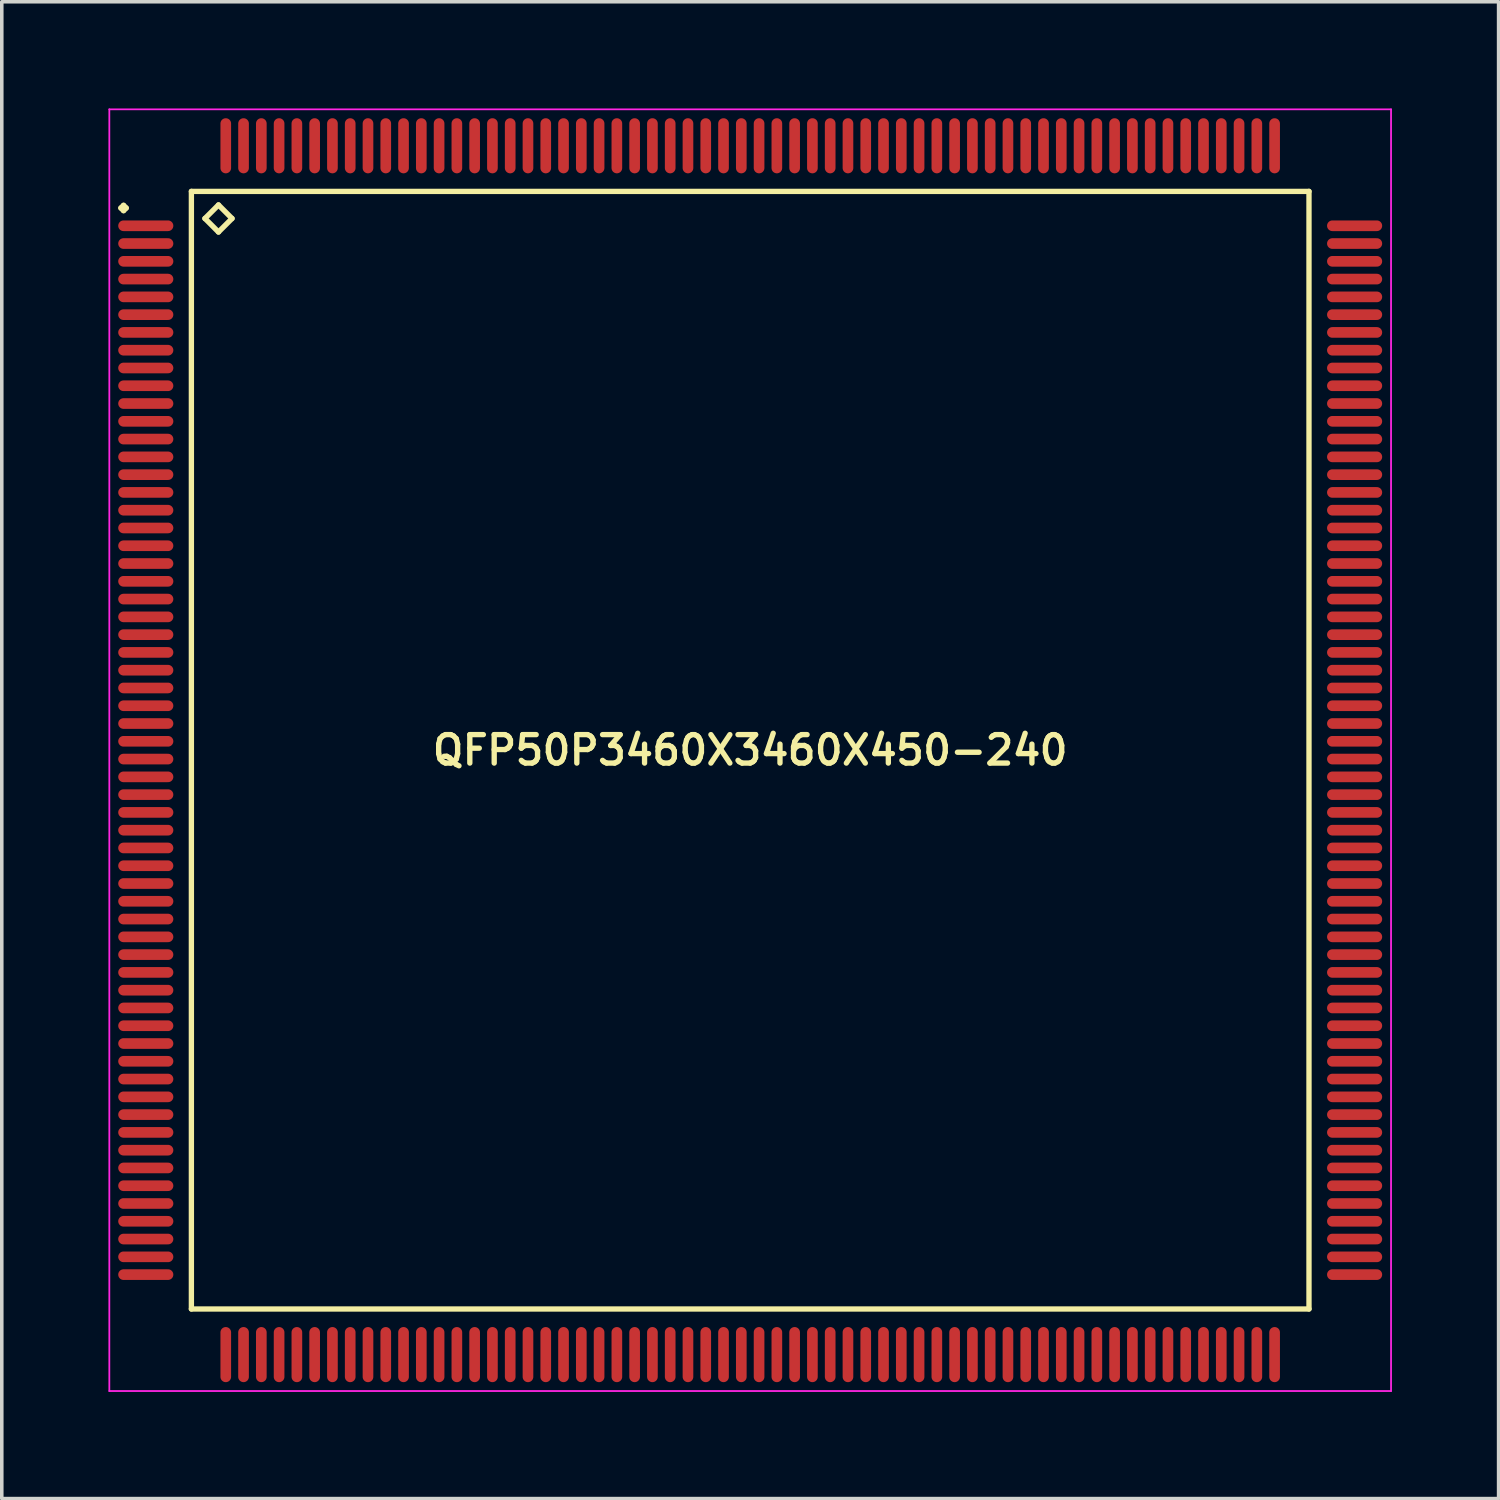
<source format=kicad_pcb>
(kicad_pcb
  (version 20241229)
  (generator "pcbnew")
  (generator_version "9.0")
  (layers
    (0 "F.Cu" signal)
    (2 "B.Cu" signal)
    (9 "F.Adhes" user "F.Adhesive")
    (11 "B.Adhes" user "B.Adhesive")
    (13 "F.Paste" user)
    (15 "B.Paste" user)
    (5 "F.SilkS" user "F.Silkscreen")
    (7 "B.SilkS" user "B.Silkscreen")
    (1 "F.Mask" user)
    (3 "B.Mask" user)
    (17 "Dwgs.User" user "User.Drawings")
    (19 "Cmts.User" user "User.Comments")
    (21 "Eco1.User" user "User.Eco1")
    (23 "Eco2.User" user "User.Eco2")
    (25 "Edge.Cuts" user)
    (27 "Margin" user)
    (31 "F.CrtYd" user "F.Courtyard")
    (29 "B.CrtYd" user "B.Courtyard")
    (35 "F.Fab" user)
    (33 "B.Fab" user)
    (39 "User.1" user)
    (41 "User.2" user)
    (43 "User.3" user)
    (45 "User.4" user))
  (footprint "QFP50P3460X3460X450-240"
    (layer "F.Cu")
    (at 18.05 18.05)
    (property "Reference" "QFP50P3460X3460X450-240" (at 0 0 0) (layer "F.SilkS") (effects (font (size 0.8 0.8) (thickness 0.15))))
    (attr smd)
    (fp_line (start -17.7 -15.25) (end -17.625 -15.325) (stroke (width 0.15) (type solid)) (layer "F.SilkS"))
    (fp_line (start -17.625 -15.325) (end -17.55 -15.25) (stroke (width 0.15) (type solid)) (layer "F.SilkS"))
    (fp_line (start -17.625 -15.175) (end -17.7 -15.25) (stroke (width 0.15) (type solid)) (layer "F.SilkS"))
    (fp_line (start -17.55 -15.25) (end -17.625 -15.175) (stroke (width 0.15) (type solid)) (layer "F.SilkS"))
    (fp_line (start -15.717 -15.717) (end -15.717 15.717) (stroke (width 0.15) (type solid)) (layer "F.SilkS"))
    (fp_line (start -15.717 15.717) (end 15.717 15.717) (stroke (width 0.15) (type solid)) (layer "F.SilkS"))
    (fp_line (start -15.336 -14.955) (end -14.955 -15.336) (stroke (width 0.15) (type solid)) (layer "F.SilkS"))
    (fp_line (start -14.955 -15.336) (end -14.574 -14.955) (stroke (width 0.15) (type solid)) (layer "F.SilkS"))
    (fp_line (start -14.955 -14.574) (end -15.336 -14.955) (stroke (width 0.15) (type solid)) (layer "F.SilkS"))
    (fp_line (start -14.574 -14.955) (end -14.955 -14.574) (stroke (width 0.15) (type solid)) (layer "F.SilkS"))
    (fp_line (start 15.717 -15.717) (end -15.717 -15.717) (stroke (width 0.15) (type solid)) (layer "F.SilkS"))
    (fp_line (start 15.717 15.717) (end 15.717 -15.717) (stroke (width 0.15) (type solid)) (layer "F.SilkS"))
    (fp_line (start -18.025 -18.025) (end 18.025 -18.025) (stroke (width 0.05) (type solid)) (layer "F.CrtYd"))
    (fp_line (start -18.025 18.025) (end -18.025 -18.025) (stroke (width 0.05) (type solid)) (layer "F.CrtYd"))
    (fp_line (start 18.025 -18.025) (end 18.025 18.025) (stroke (width 0.05) (type solid)) (layer "F.CrtYd"))
    (fp_line (start 18.025 18.025) (end -18.025 18.025) (stroke (width 0.05) (type solid)) (layer "F.CrtYd"))
    (pad "1" smd oval (at -17 -14.75) (size 1.55 0.3) (layers "F.Cu" "F.Mask" "F.Paste"))
    (pad "2" smd oval (at -17 -14.25) (size 1.55 0.3) (layers "F.Cu" "F.Mask" "F.Paste"))
    (pad "3" smd oval (at -17 -13.75) (size 1.55 0.3) (layers "F.Cu" "F.Mask" "F.Paste"))
    (pad "4" smd oval (at -17 -13.25) (size 1.55 0.3) (layers "F.Cu" "F.Mask" "F.Paste"))
    (pad "5" smd oval (at -17 -12.75) (size 1.55 0.3) (layers "F.Cu" "F.Mask" "F.Paste"))
    (pad "6" smd oval (at -17 -12.25) (size 1.55 0.3) (layers "F.Cu" "F.Mask" "F.Paste"))
    (pad "7" smd oval (at -17 -11.75) (size 1.55 0.3) (layers "F.Cu" "F.Mask" "F.Paste"))
    (pad "8" smd oval (at -17 -11.25) (size 1.55 0.3) (layers "F.Cu" "F.Mask" "F.Paste"))
    (pad "9" smd oval (at -17 -10.75) (size 1.55 0.3) (layers "F.Cu" "F.Mask" "F.Paste"))
    (pad "10" smd oval (at -17 -10.25) (size 1.55 0.3) (layers "F.Cu" "F.Mask" "F.Paste"))
    (pad "11" smd oval (at -17 -9.75) (size 1.55 0.3) (layers "F.Cu" "F.Mask" "F.Paste"))
    (pad "12" smd oval (at -17 -9.25) (size 1.55 0.3) (layers "F.Cu" "F.Mask" "F.Paste"))
    (pad "13" smd oval (at -17 -8.75) (size 1.55 0.3) (layers "F.Cu" "F.Mask" "F.Paste"))
    (pad "14" smd oval (at -17 -8.25) (size 1.55 0.3) (layers "F.Cu" "F.Mask" "F.Paste"))
    (pad "15" smd oval (at -17 -7.75) (size 1.55 0.3) (layers "F.Cu" "F.Mask" "F.Paste"))
    (pad "16" smd oval (at -17 -7.25) (size 1.55 0.3) (layers "F.Cu" "F.Mask" "F.Paste"))
    (pad "17" smd oval (at -17 -6.75) (size 1.55 0.3) (layers "F.Cu" "F.Mask" "F.Paste"))
    (pad "18" smd oval (at -17 -6.25) (size 1.55 0.3) (layers "F.Cu" "F.Mask" "F.Paste"))
    (pad "19" smd oval (at -17 -5.75) (size 1.55 0.3) (layers "F.Cu" "F.Mask" "F.Paste"))
    (pad "20" smd oval (at -17 -5.25) (size 1.55 0.3) (layers "F.Cu" "F.Mask" "F.Paste"))
    (pad "21" smd oval (at -17 -4.75) (size 1.55 0.3) (layers "F.Cu" "F.Mask" "F.Paste"))
    (pad "22" smd oval (at -17 -4.25) (size 1.55 0.3) (layers "F.Cu" "F.Mask" "F.Paste"))
    (pad "23" smd oval (at -17 -3.75) (size 1.55 0.3) (layers "F.Cu" "F.Mask" "F.Paste"))
    (pad "24" smd oval (at -17 -3.25) (size 1.55 0.3) (layers "F.Cu" "F.Mask" "F.Paste"))
    (pad "25" smd oval (at -17 -2.75) (size 1.55 0.3) (layers "F.Cu" "F.Mask" "F.Paste"))
    (pad "26" smd oval (at -17 -2.25) (size 1.55 0.3) (layers "F.Cu" "F.Mask" "F.Paste"))
    (pad "27" smd oval (at -17 -1.75) (size 1.55 0.3) (layers "F.Cu" "F.Mask" "F.Paste"))
    (pad "28" smd oval (at -17 -1.25) (size 1.55 0.3) (layers "F.Cu" "F.Mask" "F.Paste"))
    (pad "29" smd oval (at -17 -0.75) (size 1.55 0.3) (layers "F.Cu" "F.Mask" "F.Paste"))
    (pad "30" smd oval (at -17 -0.25) (size 1.55 0.3) (layers "F.Cu" "F.Mask" "F.Paste"))
    (pad "31" smd oval (at -17 0.25) (size 1.55 0.3) (layers "F.Cu" "F.Mask" "F.Paste"))
    (pad "32" smd oval (at -17 0.75) (size 1.55 0.3) (layers "F.Cu" "F.Mask" "F.Paste"))
    (pad "33" smd oval (at -17 1.25) (size 1.55 0.3) (layers "F.Cu" "F.Mask" "F.Paste"))
    (pad "34" smd oval (at -17 1.75) (size 1.55 0.3) (layers "F.Cu" "F.Mask" "F.Paste"))
    (pad "35" smd oval (at -17 2.25) (size 1.55 0.3) (layers "F.Cu" "F.Mask" "F.Paste"))
    (pad "36" smd oval (at -17 2.75) (size 1.55 0.3) (layers "F.Cu" "F.Mask" "F.Paste"))
    (pad "37" smd oval (at -17 3.25) (size 1.55 0.3) (layers "F.Cu" "F.Mask" "F.Paste"))
    (pad "38" smd oval (at -17 3.75) (size 1.55 0.3) (layers "F.Cu" "F.Mask" "F.Paste"))
    (pad "39" smd oval (at -17 4.25) (size 1.55 0.3) (layers "F.Cu" "F.Mask" "F.Paste"))
    (pad "40" smd oval (at -17 4.75) (size 1.55 0.3) (layers "F.Cu" "F.Mask" "F.Paste"))
    (pad "41" smd oval (at -17 5.25) (size 1.55 0.3) (layers "F.Cu" "F.Mask" "F.Paste"))
    (pad "42" smd oval (at -17 5.75) (size 1.55 0.3) (layers "F.Cu" "F.Mask" "F.Paste"))
    (pad "43" smd oval (at -17 6.25) (size 1.55 0.3) (layers "F.Cu" "F.Mask" "F.Paste"))
    (pad "44" smd oval (at -17 6.75) (size 1.55 0.3) (layers "F.Cu" "F.Mask" "F.Paste"))
    (pad "45" smd oval (at -17 7.25) (size 1.55 0.3) (layers "F.Cu" "F.Mask" "F.Paste"))
    (pad "46" smd oval (at -17 7.75) (size 1.55 0.3) (layers "F.Cu" "F.Mask" "F.Paste"))
    (pad "47" smd oval (at -17 8.25) (size 1.55 0.3) (layers "F.Cu" "F.Mask" "F.Paste"))
    (pad "48" smd oval (at -17 8.75) (size 1.55 0.3) (layers "F.Cu" "F.Mask" "F.Paste"))
    (pad "49" smd oval (at -17 9.25) (size 1.55 0.3) (layers "F.Cu" "F.Mask" "F.Paste"))
    (pad "50" smd oval (at -17 9.75) (size 1.55 0.3) (layers "F.Cu" "F.Mask" "F.Paste"))
    (pad "51" smd oval (at -17 10.25) (size 1.55 0.3) (layers "F.Cu" "F.Mask" "F.Paste"))
    (pad "52" smd oval (at -17 10.75) (size 1.55 0.3) (layers "F.Cu" "F.Mask" "F.Paste"))
    (pad "53" smd oval (at -17 11.25) (size 1.55 0.3) (layers "F.Cu" "F.Mask" "F.Paste"))
    (pad "54" smd oval (at -17 11.75) (size 1.55 0.3) (layers "F.Cu" "F.Mask" "F.Paste"))
    (pad "55" smd oval (at -17 12.25) (size 1.55 0.3) (layers "F.Cu" "F.Mask" "F.Paste"))
    (pad "56" smd oval (at -17 12.75) (size 1.55 0.3) (layers "F.Cu" "F.Mask" "F.Paste"))
    (pad "57" smd oval (at -17 13.25) (size 1.55 0.3) (layers "F.Cu" "F.Mask" "F.Paste"))
    (pad "58" smd oval (at -17 13.75) (size 1.55 0.3) (layers "F.Cu" "F.Mask" "F.Paste"))
    (pad "59" smd oval (at -17 14.25) (size 1.55 0.3) (layers "F.Cu" "F.Mask" "F.Paste"))
    (pad "60" smd oval (at -17 14.75) (size 1.55 0.3) (layers "F.Cu" "F.Mask" "F.Paste"))
    (pad "61" smd oval (at -14.75 17) (size 0.3 1.55) (layers "F.Cu" "F.Mask" "F.Paste"))
    (pad "62" smd oval (at -14.25 17) (size 0.3 1.55) (layers "F.Cu" "F.Mask" "F.Paste"))
    (pad "63" smd oval (at -13.75 17) (size 0.3 1.55) (layers "F.Cu" "F.Mask" "F.Paste"))
    (pad "64" smd oval (at -13.25 17) (size 0.3 1.55) (layers "F.Cu" "F.Mask" "F.Paste"))
    (pad "65" smd oval (at -12.75 17) (size 0.3 1.55) (layers "F.Cu" "F.Mask" "F.Paste"))
    (pad "66" smd oval (at -12.25 17) (size 0.3 1.55) (layers "F.Cu" "F.Mask" "F.Paste"))
    (pad "67" smd oval (at -11.75 17) (size 0.3 1.55) (layers "F.Cu" "F.Mask" "F.Paste"))
    (pad "68" smd oval (at -11.25 17) (size 0.3 1.55) (layers "F.Cu" "F.Mask" "F.Paste"))
    (pad "69" smd oval (at -10.75 17) (size 0.3 1.55) (layers "F.Cu" "F.Mask" "F.Paste"))
    (pad "70" smd oval (at -10.25 17) (size 0.3 1.55) (layers "F.Cu" "F.Mask" "F.Paste"))
    (pad "71" smd oval (at -9.75 17) (size 0.3 1.55) (layers "F.Cu" "F.Mask" "F.Paste"))
    (pad "72" smd oval (at -9.25 17) (size 0.3 1.55) (layers "F.Cu" "F.Mask" "F.Paste"))
    (pad "73" smd oval (at -8.75 17) (size 0.3 1.55) (layers "F.Cu" "F.Mask" "F.Paste"))
    (pad "74" smd oval (at -8.25 17) (size 0.3 1.55) (layers "F.Cu" "F.Mask" "F.Paste"))
    (pad "75" smd oval (at -7.75 17) (size 0.3 1.55) (layers "F.Cu" "F.Mask" "F.Paste"))
    (pad "76" smd oval (at -7.25 17) (size 0.3 1.55) (layers "F.Cu" "F.Mask" "F.Paste"))
    (pad "77" smd oval (at -6.75 17) (size 0.3 1.55) (layers "F.Cu" "F.Mask" "F.Paste"))
    (pad "78" smd oval (at -6.25 17) (size 0.3 1.55) (layers "F.Cu" "F.Mask" "F.Paste"))
    (pad "79" smd oval (at -5.75 17) (size 0.3 1.55) (layers "F.Cu" "F.Mask" "F.Paste"))
    (pad "80" smd oval (at -5.25 17) (size 0.3 1.55) (layers "F.Cu" "F.Mask" "F.Paste"))
    (pad "81" smd oval (at -4.75 17) (size 0.3 1.55) (layers "F.Cu" "F.Mask" "F.Paste"))
    (pad "82" smd oval (at -4.25 17) (size 0.3 1.55) (layers "F.Cu" "F.Mask" "F.Paste"))
    (pad "83" smd oval (at -3.75 17) (size 0.3 1.55) (layers "F.Cu" "F.Mask" "F.Paste"))
    (pad "84" smd oval (at -3.25 17) (size 0.3 1.55) (layers "F.Cu" "F.Mask" "F.Paste"))
    (pad "85" smd oval (at -2.75 17) (size 0.3 1.55) (layers "F.Cu" "F.Mask" "F.Paste"))
    (pad "86" smd oval (at -2.25 17) (size 0.3 1.55) (layers "F.Cu" "F.Mask" "F.Paste"))
    (pad "87" smd oval (at -1.75 17) (size 0.3 1.55) (layers "F.Cu" "F.Mask" "F.Paste"))
    (pad "88" smd oval (at -1.25 17) (size 0.3 1.55) (layers "F.Cu" "F.Mask" "F.Paste"))
    (pad "89" smd oval (at -0.75 17) (size 0.3 1.55) (layers "F.Cu" "F.Mask" "F.Paste"))
    (pad "90" smd oval (at -0.25 17) (size 0.3 1.55) (layers "F.Cu" "F.Mask" "F.Paste"))
    (pad "91" smd oval (at 0.25 17) (size 0.3 1.55) (layers "F.Cu" "F.Mask" "F.Paste"))
    (pad "92" smd oval (at 0.75 17) (size 0.3 1.55) (layers "F.Cu" "F.Mask" "F.Paste"))
    (pad "93" smd oval (at 1.25 17) (size 0.3 1.55) (layers "F.Cu" "F.Mask" "F.Paste"))
    (pad "94" smd oval (at 1.75 17) (size 0.3 1.55) (layers "F.Cu" "F.Mask" "F.Paste"))
    (pad "95" smd oval (at 2.25 17) (size 0.3 1.55) (layers "F.Cu" "F.Mask" "F.Paste"))
    (pad "96" smd oval (at 2.75 17) (size 0.3 1.55) (layers "F.Cu" "F.Mask" "F.Paste"))
    (pad "97" smd oval (at 3.25 17) (size 0.3 1.55) (layers "F.Cu" "F.Mask" "F.Paste"))
    (pad "98" smd oval (at 3.75 17) (size 0.3 1.55) (layers "F.Cu" "F.Mask" "F.Paste"))
    (pad "99" smd oval (at 4.25 17) (size 0.3 1.55) (layers "F.Cu" "F.Mask" "F.Paste"))
    (pad "100" smd oval (at 4.75 17) (size 0.3 1.55) (layers "F.Cu" "F.Mask" "F.Paste"))
    (pad "101" smd oval (at 5.25 17) (size 0.3 1.55) (layers "F.Cu" "F.Mask" "F.Paste"))
    (pad "102" smd oval (at 5.75 17) (size 0.3 1.55) (layers "F.Cu" "F.Mask" "F.Paste"))
    (pad "103" smd oval (at 6.25 17) (size 0.3 1.55) (layers "F.Cu" "F.Mask" "F.Paste"))
    (pad "104" smd oval (at 6.75 17) (size 0.3 1.55) (layers "F.Cu" "F.Mask" "F.Paste"))
    (pad "105" smd oval (at 7.25 17) (size 0.3 1.55) (layers "F.Cu" "F.Mask" "F.Paste"))
    (pad "106" smd oval (at 7.75 17) (size 0.3 1.55) (layers "F.Cu" "F.Mask" "F.Paste"))
    (pad "107" smd oval (at 8.25 17) (size 0.3 1.55) (layers "F.Cu" "F.Mask" "F.Paste"))
    (pad "108" smd oval (at 8.75 17) (size 0.3 1.55) (layers "F.Cu" "F.Mask" "F.Paste"))
    (pad "109" smd oval (at 9.25 17) (size 0.3 1.55) (layers "F.Cu" "F.Mask" "F.Paste"))
    (pad "110" smd oval (at 9.75 17) (size 0.3 1.55) (layers "F.Cu" "F.Mask" "F.Paste"))
    (pad "111" smd oval (at 10.25 17) (size 0.3 1.55) (layers "F.Cu" "F.Mask" "F.Paste"))
    (pad "112" smd oval (at 10.75 17) (size 0.3 1.55) (layers "F.Cu" "F.Mask" "F.Paste"))
    (pad "113" smd oval (at 11.25 17) (size 0.3 1.55) (layers "F.Cu" "F.Mask" "F.Paste"))
    (pad "114" smd oval (at 11.75 17) (size 0.3 1.55) (layers "F.Cu" "F.Mask" "F.Paste"))
    (pad "115" smd oval (at 12.25 17) (size 0.3 1.55) (layers "F.Cu" "F.Mask" "F.Paste"))
    (pad "116" smd oval (at 12.75 17) (size 0.3 1.55) (layers "F.Cu" "F.Mask" "F.Paste"))
    (pad "117" smd oval (at 13.25 17) (size 0.3 1.55) (layers "F.Cu" "F.Mask" "F.Paste"))
    (pad "118" smd oval (at 13.75 17) (size 0.3 1.55) (layers "F.Cu" "F.Mask" "F.Paste"))
    (pad "119" smd oval (at 14.25 17) (size 0.3 1.55) (layers "F.Cu" "F.Mask" "F.Paste"))
    (pad "120" smd oval (at 14.75 17) (size 0.3 1.55) (layers "F.Cu" "F.Mask" "F.Paste"))
    (pad "121" smd oval (at 17 14.75) (size 1.55 0.3) (layers "F.Cu" "F.Mask" "F.Paste"))
    (pad "122" smd oval (at 17 14.25) (size 1.55 0.3) (layers "F.Cu" "F.Mask" "F.Paste"))
    (pad "123" smd oval (at 17 13.75) (size 1.55 0.3) (layers "F.Cu" "F.Mask" "F.Paste"))
    (pad "124" smd oval (at 17 13.25) (size 1.55 0.3) (layers "F.Cu" "F.Mask" "F.Paste"))
    (pad "125" smd oval (at 17 12.75) (size 1.55 0.3) (layers "F.Cu" "F.Mask" "F.Paste"))
    (pad "126" smd oval (at 17 12.25) (size 1.55 0.3) (layers "F.Cu" "F.Mask" "F.Paste"))
    (pad "127" smd oval (at 17 11.75) (size 1.55 0.3) (layers "F.Cu" "F.Mask" "F.Paste"))
    (pad "128" smd oval (at 17 11.25) (size 1.55 0.3) (layers "F.Cu" "F.Mask" "F.Paste"))
    (pad "129" smd oval (at 17 10.75) (size 1.55 0.3) (layers "F.Cu" "F.Mask" "F.Paste"))
    (pad "130" smd oval (at 17 10.25) (size 1.55 0.3) (layers "F.Cu" "F.Mask" "F.Paste"))
    (pad "131" smd oval (at 17 9.75) (size 1.55 0.3) (layers "F.Cu" "F.Mask" "F.Paste"))
    (pad "132" smd oval (at 17 9.25) (size 1.55 0.3) (layers "F.Cu" "F.Mask" "F.Paste"))
    (pad "133" smd oval (at 17 8.75) (size 1.55 0.3) (layers "F.Cu" "F.Mask" "F.Paste"))
    (pad "134" smd oval (at 17 8.25) (size 1.55 0.3) (layers "F.Cu" "F.Mask" "F.Paste"))
    (pad "135" smd oval (at 17 7.75) (size 1.55 0.3) (layers "F.Cu" "F.Mask" "F.Paste"))
    (pad "136" smd oval (at 17 7.25) (size 1.55 0.3) (layers "F.Cu" "F.Mask" "F.Paste"))
    (pad "137" smd oval (at 17 6.75) (size 1.55 0.3) (layers "F.Cu" "F.Mask" "F.Paste"))
    (pad "138" smd oval (at 17 6.25) (size 1.55 0.3) (layers "F.Cu" "F.Mask" "F.Paste"))
    (pad "139" smd oval (at 17 5.75) (size 1.55 0.3) (layers "F.Cu" "F.Mask" "F.Paste"))
    (pad "140" smd oval (at 17 5.25) (size 1.55 0.3) (layers "F.Cu" "F.Mask" "F.Paste"))
    (pad "141" smd oval (at 17 4.75) (size 1.55 0.3) (layers "F.Cu" "F.Mask" "F.Paste"))
    (pad "142" smd oval (at 17 4.25) (size 1.55 0.3) (layers "F.Cu" "F.Mask" "F.Paste"))
    (pad "143" smd oval (at 17 3.75) (size 1.55 0.3) (layers "F.Cu" "F.Mask" "F.Paste"))
    (pad "144" smd oval (at 17 3.25) (size 1.55 0.3) (layers "F.Cu" "F.Mask" "F.Paste"))
    (pad "145" smd oval (at 17 2.75) (size 1.55 0.3) (layers "F.Cu" "F.Mask" "F.Paste"))
    (pad "146" smd oval (at 17 2.25) (size 1.55 0.3) (layers "F.Cu" "F.Mask" "F.Paste"))
    (pad "147" smd oval (at 17 1.75) (size 1.55 0.3) (layers "F.Cu" "F.Mask" "F.Paste"))
    (pad "148" smd oval (at 17 1.25) (size 1.55 0.3) (layers "F.Cu" "F.Mask" "F.Paste"))
    (pad "149" smd oval (at 17 0.75) (size 1.55 0.3) (layers "F.Cu" "F.Mask" "F.Paste"))
    (pad "150" smd oval (at 17 0.25) (size 1.55 0.3) (layers "F.Cu" "F.Mask" "F.Paste"))
    (pad "151" smd oval (at 17 -0.25) (size 1.55 0.3) (layers "F.Cu" "F.Mask" "F.Paste"))
    (pad "152" smd oval (at 17 -0.75) (size 1.55 0.3) (layers "F.Cu" "F.Mask" "F.Paste"))
    (pad "153" smd oval (at 17 -1.25) (size 1.55 0.3) (layers "F.Cu" "F.Mask" "F.Paste"))
    (pad "154" smd oval (at 17 -1.75) (size 1.55 0.3) (layers "F.Cu" "F.Mask" "F.Paste"))
    (pad "155" smd oval (at 17 -2.25) (size 1.55 0.3) (layers "F.Cu" "F.Mask" "F.Paste"))
    (pad "156" smd oval (at 17 -2.75) (size 1.55 0.3) (layers "F.Cu" "F.Mask" "F.Paste"))
    (pad "157" smd oval (at 17 -3.25) (size 1.55 0.3) (layers "F.Cu" "F.Mask" "F.Paste"))
    (pad "158" smd oval (at 17 -3.75) (size 1.55 0.3) (layers "F.Cu" "F.Mask" "F.Paste"))
    (pad "159" smd oval (at 17 -4.25) (size 1.55 0.3) (layers "F.Cu" "F.Mask" "F.Paste"))
    (pad "160" smd oval (at 17 -4.75) (size 1.55 0.3) (layers "F.Cu" "F.Mask" "F.Paste"))
    (pad "161" smd oval (at 17 -5.25) (size 1.55 0.3) (layers "F.Cu" "F.Mask" "F.Paste"))
    (pad "162" smd oval (at 17 -5.75) (size 1.55 0.3) (layers "F.Cu" "F.Mask" "F.Paste"))
    (pad "163" smd oval (at 17 -6.25) (size 1.55 0.3) (layers "F.Cu" "F.Mask" "F.Paste"))
    (pad "164" smd oval (at 17 -6.75) (size 1.55 0.3) (layers "F.Cu" "F.Mask" "F.Paste"))
    (pad "165" smd oval (at 17 -7.25) (size 1.55 0.3) (layers "F.Cu" "F.Mask" "F.Paste"))
    (pad "166" smd oval (at 17 -7.75) (size 1.55 0.3) (layers "F.Cu" "F.Mask" "F.Paste"))
    (pad "167" smd oval (at 17 -8.25) (size 1.55 0.3) (layers "F.Cu" "F.Mask" "F.Paste"))
    (pad "168" smd oval (at 17 -8.75) (size 1.55 0.3) (layers "F.Cu" "F.Mask" "F.Paste"))
    (pad "169" smd oval (at 17 -9.25) (size 1.55 0.3) (layers "F.Cu" "F.Mask" "F.Paste"))
    (pad "170" smd oval (at 17 -9.75) (size 1.55 0.3) (layers "F.Cu" "F.Mask" "F.Paste"))
    (pad "171" smd oval (at 17 -10.25) (size 1.55 0.3) (layers "F.Cu" "F.Mask" "F.Paste"))
    (pad "172" smd oval (at 17 -10.75) (size 1.55 0.3) (layers "F.Cu" "F.Mask" "F.Paste"))
    (pad "173" smd oval (at 17 -11.25) (size 1.55 0.3) (layers "F.Cu" "F.Mask" "F.Paste"))
    (pad "174" smd oval (at 17 -11.75) (size 1.55 0.3) (layers "F.Cu" "F.Mask" "F.Paste"))
    (pad "175" smd oval (at 17 -12.25) (size 1.55 0.3) (layers "F.Cu" "F.Mask" "F.Paste"))
    (pad "176" smd oval (at 17 -12.75) (size 1.55 0.3) (layers "F.Cu" "F.Mask" "F.Paste"))
    (pad "177" smd oval (at 17 -13.25) (size 1.55 0.3) (layers "F.Cu" "F.Mask" "F.Paste"))
    (pad "178" smd oval (at 17 -13.75) (size 1.55 0.3) (layers "F.Cu" "F.Mask" "F.Paste"))
    (pad "179" smd oval (at 17 -14.25) (size 1.55 0.3) (layers "F.Cu" "F.Mask" "F.Paste"))
    (pad "180" smd oval (at 17 -14.75) (size 1.55 0.3) (layers "F.Cu" "F.Mask" "F.Paste"))
    (pad "181" smd oval (at 14.75 -17) (size 0.3 1.55) (layers "F.Cu" "F.Mask" "F.Paste"))
    (pad "182" smd oval (at 14.25 -17) (size 0.3 1.55) (layers "F.Cu" "F.Mask" "F.Paste"))
    (pad "183" smd oval (at 13.75 -17) (size 0.3 1.55) (layers "F.Cu" "F.Mask" "F.Paste"))
    (pad "184" smd oval (at 13.25 -17) (size 0.3 1.55) (layers "F.Cu" "F.Mask" "F.Paste"))
    (pad "185" smd oval (at 12.75 -17) (size 0.3 1.55) (layers "F.Cu" "F.Mask" "F.Paste"))
    (pad "186" smd oval (at 12.25 -17) (size 0.3 1.55) (layers "F.Cu" "F.Mask" "F.Paste"))
    (pad "187" smd oval (at 11.75 -17) (size 0.3 1.55) (layers "F.Cu" "F.Mask" "F.Paste"))
    (pad "188" smd oval (at 11.25 -17) (size 0.3 1.55) (layers "F.Cu" "F.Mask" "F.Paste"))
    (pad "189" smd oval (at 10.75 -17) (size 0.3 1.55) (layers "F.Cu" "F.Mask" "F.Paste"))
    (pad "190" smd oval (at 10.25 -17) (size 0.3 1.55) (layers "F.Cu" "F.Mask" "F.Paste"))
    (pad "191" smd oval (at 9.75 -17) (size 0.3 1.55) (layers "F.Cu" "F.Mask" "F.Paste"))
    (pad "192" smd oval (at 9.25 -17) (size 0.3 1.55) (layers "F.Cu" "F.Mask" "F.Paste"))
    (pad "193" smd oval (at 8.75 -17) (size 0.3 1.55) (layers "F.Cu" "F.Mask" "F.Paste"))
    (pad "194" smd oval (at 8.25 -17) (size 0.3 1.55) (layers "F.Cu" "F.Mask" "F.Paste"))
    (pad "195" smd oval (at 7.75 -17) (size 0.3 1.55) (layers "F.Cu" "F.Mask" "F.Paste"))
    (pad "196" smd oval (at 7.25 -17) (size 0.3 1.55) (layers "F.Cu" "F.Mask" "F.Paste"))
    (pad "197" smd oval (at 6.75 -17) (size 0.3 1.55) (layers "F.Cu" "F.Mask" "F.Paste"))
    (pad "198" smd oval (at 6.25 -17) (size 0.3 1.55) (layers "F.Cu" "F.Mask" "F.Paste"))
    (pad "199" smd oval (at 5.75 -17) (size 0.3 1.55) (layers "F.Cu" "F.Mask" "F.Paste"))
    (pad "200" smd oval (at 5.25 -17) (size 0.3 1.55) (layers "F.Cu" "F.Mask" "F.Paste"))
    (pad "201" smd oval (at 4.75 -17) (size 0.3 1.55) (layers "F.Cu" "F.Mask" "F.Paste"))
    (pad "202" smd oval (at 4.25 -17) (size 0.3 1.55) (layers "F.Cu" "F.Mask" "F.Paste"))
    (pad "203" smd oval (at 3.75 -17) (size 0.3 1.55) (layers "F.Cu" "F.Mask" "F.Paste"))
    (pad "204" smd oval (at 3.25 -17) (size 0.3 1.55) (layers "F.Cu" "F.Mask" "F.Paste"))
    (pad "205" smd oval (at 2.75 -17) (size 0.3 1.55) (layers "F.Cu" "F.Mask" "F.Paste"))
    (pad "206" smd oval (at 2.25 -17) (size 0.3 1.55) (layers "F.Cu" "F.Mask" "F.Paste"))
    (pad "207" smd oval (at 1.75 -17) (size 0.3 1.55) (layers "F.Cu" "F.Mask" "F.Paste"))
    (pad "208" smd oval (at 1.25 -17) (size 0.3 1.55) (layers "F.Cu" "F.Mask" "F.Paste"))
    (pad "209" smd oval (at 0.75 -17) (size 0.3 1.55) (layers "F.Cu" "F.Mask" "F.Paste"))
    (pad "210" smd oval (at 0.25 -17) (size 0.3 1.55) (layers "F.Cu" "F.Mask" "F.Paste"))
    (pad "211" smd oval (at -0.25 -17) (size 0.3 1.55) (layers "F.Cu" "F.Mask" "F.Paste"))
    (pad "212" smd oval (at -0.75 -17) (size 0.3 1.55) (layers "F.Cu" "F.Mask" "F.Paste"))
    (pad "213" smd oval (at -1.25 -17) (size 0.3 1.55) (layers "F.Cu" "F.Mask" "F.Paste"))
    (pad "214" smd oval (at -1.75 -17) (size 0.3 1.55) (layers "F.Cu" "F.Mask" "F.Paste"))
    (pad "215" smd oval (at -2.25 -17) (size 0.3 1.55) (layers "F.Cu" "F.Mask" "F.Paste"))
    (pad "216" smd oval (at -2.75 -17) (size 0.3 1.55) (layers "F.Cu" "F.Mask" "F.Paste"))
    (pad "217" smd oval (at -3.25 -17) (size 0.3 1.55) (layers "F.Cu" "F.Mask" "F.Paste"))
    (pad "218" smd oval (at -3.75 -17) (size 0.3 1.55) (layers "F.Cu" "F.Mask" "F.Paste"))
    (pad "219" smd oval (at -4.25 -17) (size 0.3 1.55) (layers "F.Cu" "F.Mask" "F.Paste"))
    (pad "220" smd oval (at -4.75 -17) (size 0.3 1.55) (layers "F.Cu" "F.Mask" "F.Paste"))
    (pad "221" smd oval (at -5.25 -17) (size 0.3 1.55) (layers "F.Cu" "F.Mask" "F.Paste"))
    (pad "222" smd oval (at -5.75 -17) (size 0.3 1.55) (layers "F.Cu" "F.Mask" "F.Paste"))
    (pad "223" smd oval (at -6.25 -17) (size 0.3 1.55) (layers "F.Cu" "F.Mask" "F.Paste"))
    (pad "224" smd oval (at -6.75 -17) (size 0.3 1.55) (layers "F.Cu" "F.Mask" "F.Paste"))
    (pad "225" smd oval (at -7.25 -17) (size 0.3 1.55) (layers "F.Cu" "F.Mask" "F.Paste"))
    (pad "226" smd oval (at -7.75 -17) (size 0.3 1.55) (layers "F.Cu" "F.Mask" "F.Paste"))
    (pad "227" smd oval (at -8.25 -17) (size 0.3 1.55) (layers "F.Cu" "F.Mask" "F.Paste"))
    (pad "228" smd oval (at -8.75 -17) (size 0.3 1.55) (layers "F.Cu" "F.Mask" "F.Paste"))
    (pad "229" smd oval (at -9.25 -17) (size 0.3 1.55) (layers "F.Cu" "F.Mask" "F.Paste"))
    (pad "230" smd oval (at -9.75 -17) (size 0.3 1.55) (layers "F.Cu" "F.Mask" "F.Paste"))
    (pad "231" smd oval (at -10.25 -17) (size 0.3 1.55) (layers "F.Cu" "F.Mask" "F.Paste"))
    (pad "232" smd oval (at -10.75 -17) (size 0.3 1.55) (layers "F.Cu" "F.Mask" "F.Paste"))
    (pad "233" smd oval (at -11.25 -17) (size 0.3 1.55) (layers "F.Cu" "F.Mask" "F.Paste"))
    (pad "234" smd oval (at -11.75 -17) (size 0.3 1.55) (layers "F.Cu" "F.Mask" "F.Paste"))
    (pad "235" smd oval (at -12.25 -17) (size 0.3 1.55) (layers "F.Cu" "F.Mask" "F.Paste"))
    (pad "236" smd oval (at -12.75 -17) (size 0.3 1.55) (layers "F.Cu" "F.Mask" "F.Paste"))
    (pad "237" smd oval (at -13.25 -17) (size 0.3 1.55) (layers "F.Cu" "F.Mask" "F.Paste"))
    (pad "238" smd oval (at -13.75 -17) (size 0.3 1.55) (layers "F.Cu" "F.Mask" "F.Paste"))
    (pad "239" smd oval (at -14.25 -17) (size 0.3 1.55) (layers "F.Cu" "F.Mask" "F.Paste"))
    (pad "240" smd oval (at -14.75 -17) (size 0.3 1.55) (layers "F.Cu" "F.Mask" "F.Paste")))
  (gr_rect
    (start -3 -3)
    (end 39.1 39.1)
    (stroke (width 0.1) (type default))
    (fill no)
    (layer "Edge.Cuts")))
</source>
